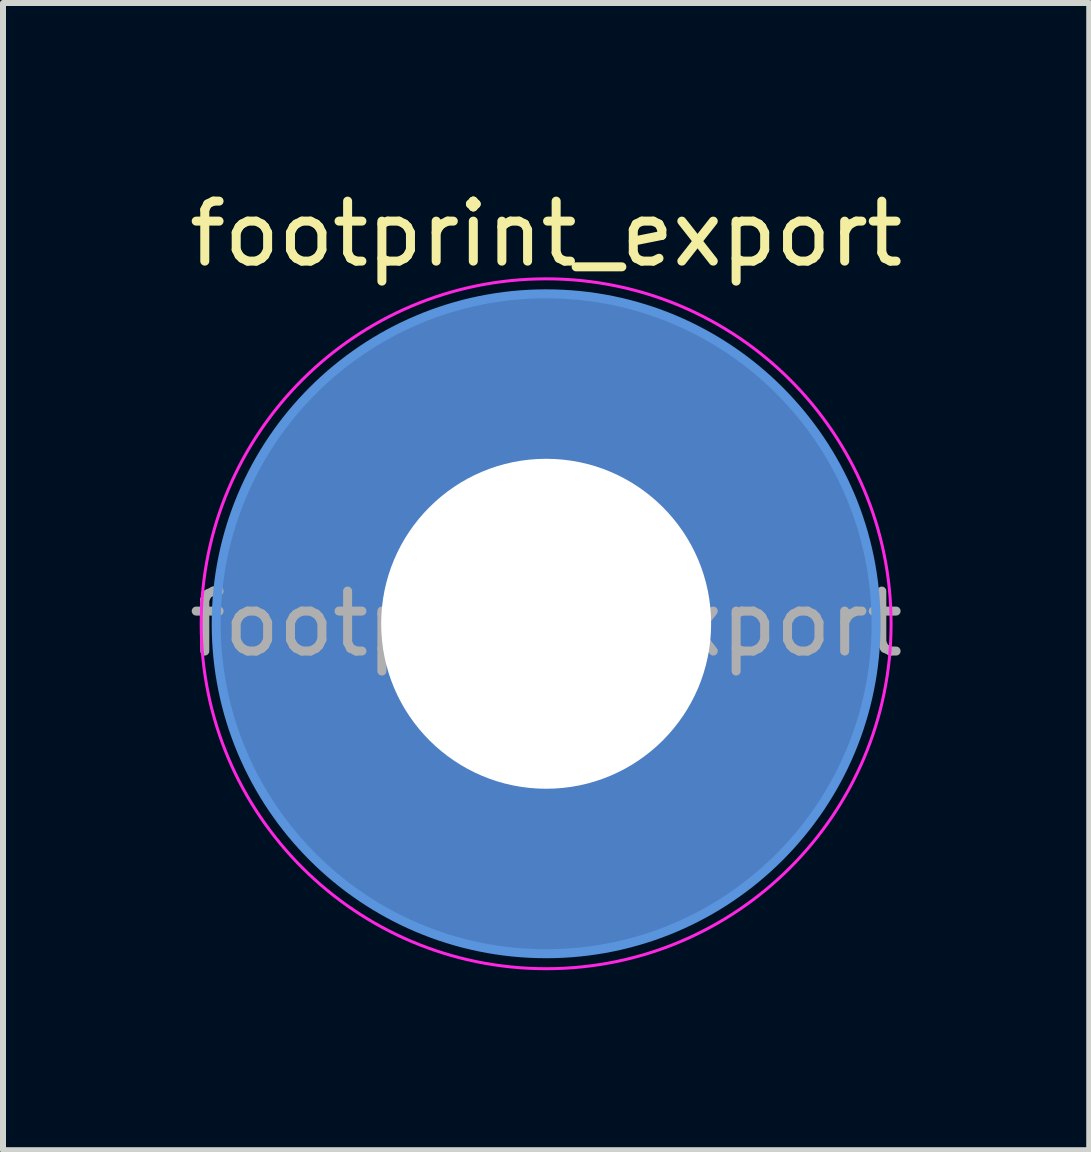
<source format=kicad_pcb>
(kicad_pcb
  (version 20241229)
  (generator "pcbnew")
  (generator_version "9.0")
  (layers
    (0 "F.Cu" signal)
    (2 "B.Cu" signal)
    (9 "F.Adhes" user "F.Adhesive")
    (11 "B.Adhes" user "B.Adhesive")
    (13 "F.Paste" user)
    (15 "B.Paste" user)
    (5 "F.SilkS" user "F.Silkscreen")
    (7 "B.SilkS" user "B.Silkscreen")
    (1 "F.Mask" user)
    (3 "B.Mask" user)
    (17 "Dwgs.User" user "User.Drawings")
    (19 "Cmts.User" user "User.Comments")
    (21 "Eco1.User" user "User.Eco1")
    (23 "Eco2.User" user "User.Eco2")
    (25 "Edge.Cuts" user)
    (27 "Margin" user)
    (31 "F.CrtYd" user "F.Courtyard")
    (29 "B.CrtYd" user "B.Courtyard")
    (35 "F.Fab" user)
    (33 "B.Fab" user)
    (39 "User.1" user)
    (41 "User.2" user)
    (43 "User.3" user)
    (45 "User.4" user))
  (footprint "footprint_export"
    (layer "F.Cu")
    (at 6.054 7.348)
    (property "Reference" "footprint_export" (at 0 -6.5 0) (layer "F.SilkS") (effects (font (size 1 1) (thickness 0.15))))
    (attr exclude_from_pos_files exclude_from_bom)
    (fp_circle (center 0 0) (end 5.5 0) (stroke (width 0.15) (type solid)) (fill no) (layer "Cmts.User"))
    (fp_circle (center 0 0) (end 5.75 0) (stroke (width 0.05) (type solid)) (fill no) (layer "F.CrtYd"))
    (fp_text user "${REFERENCE}" (at 0 0 0) (layer "F.Fab") (effects (font (size 1 1) (thickness 0.15))))
    (pad "1" thru_hole circle (at 0 0) (size 11 11) (drill 5.5) (layers "*.Cu" "*.Mask")))
  (gr_rect
    (start -3 -3)
    (end 15.107 16.123)
    (stroke (width 0.1) (type default))
    (fill no)
    (layer "Edge.Cuts")))
</source>
